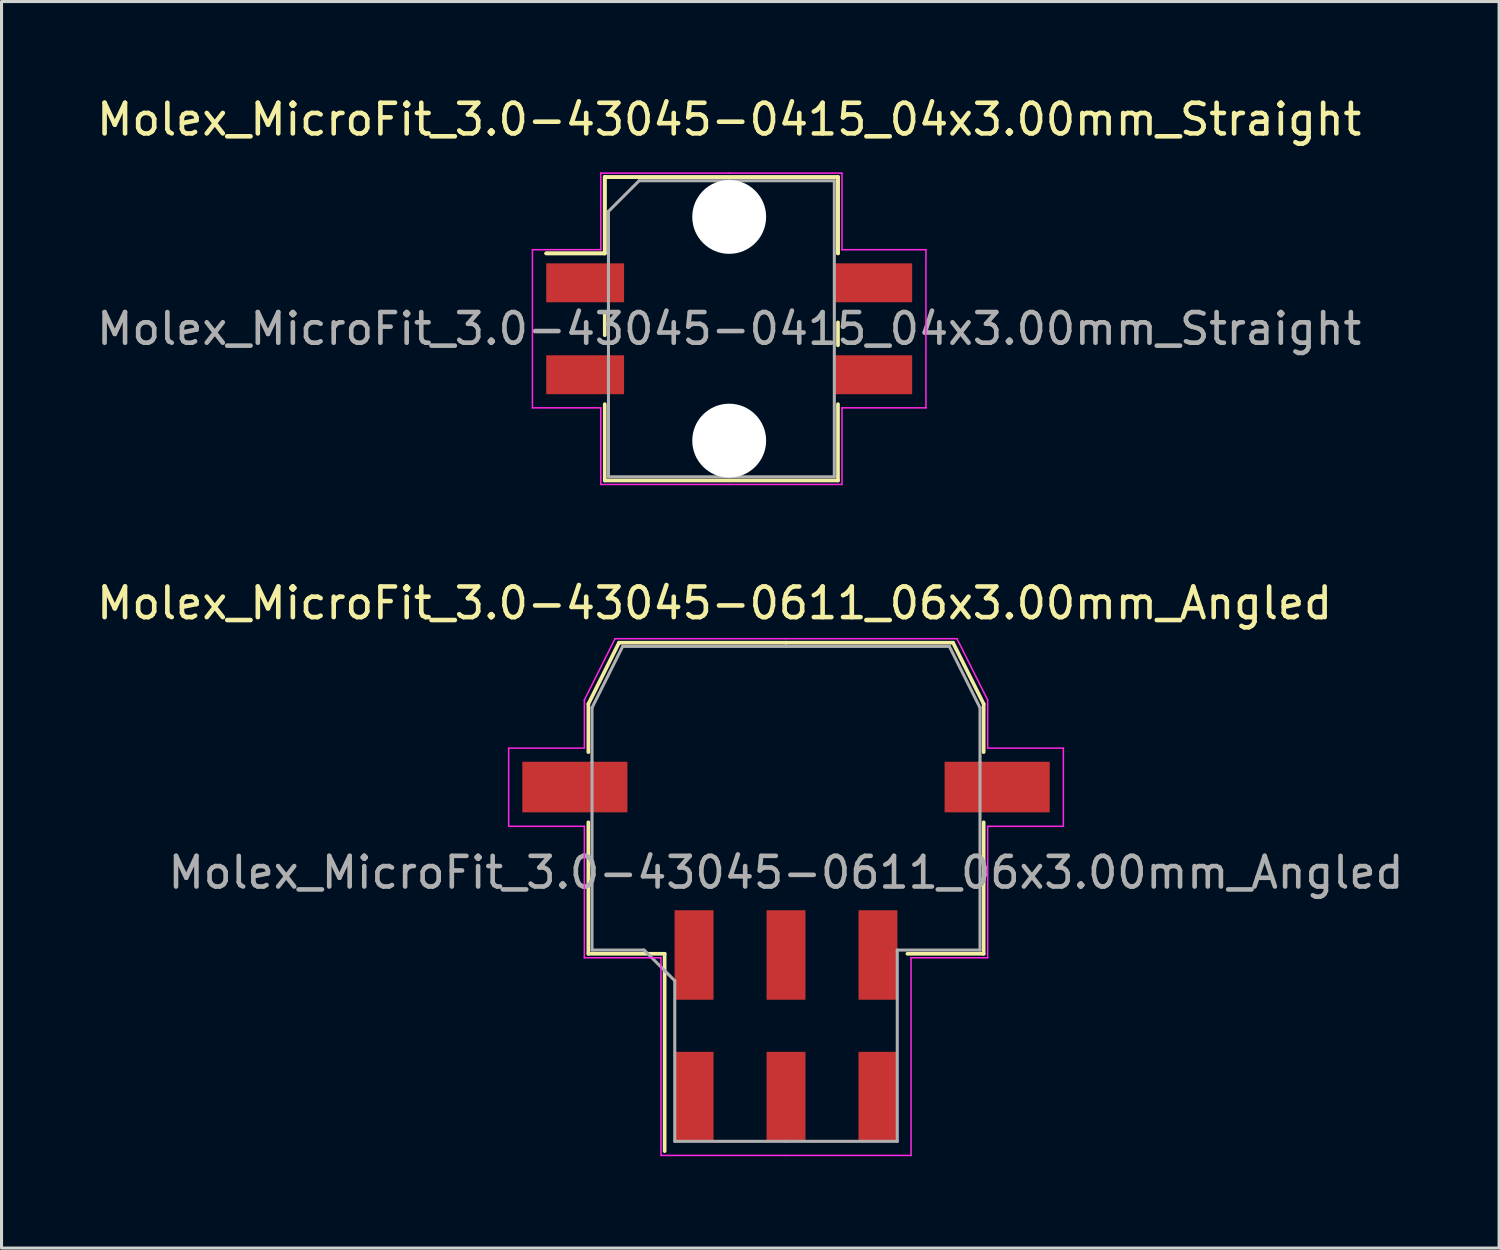
<source format=kicad_pcb>
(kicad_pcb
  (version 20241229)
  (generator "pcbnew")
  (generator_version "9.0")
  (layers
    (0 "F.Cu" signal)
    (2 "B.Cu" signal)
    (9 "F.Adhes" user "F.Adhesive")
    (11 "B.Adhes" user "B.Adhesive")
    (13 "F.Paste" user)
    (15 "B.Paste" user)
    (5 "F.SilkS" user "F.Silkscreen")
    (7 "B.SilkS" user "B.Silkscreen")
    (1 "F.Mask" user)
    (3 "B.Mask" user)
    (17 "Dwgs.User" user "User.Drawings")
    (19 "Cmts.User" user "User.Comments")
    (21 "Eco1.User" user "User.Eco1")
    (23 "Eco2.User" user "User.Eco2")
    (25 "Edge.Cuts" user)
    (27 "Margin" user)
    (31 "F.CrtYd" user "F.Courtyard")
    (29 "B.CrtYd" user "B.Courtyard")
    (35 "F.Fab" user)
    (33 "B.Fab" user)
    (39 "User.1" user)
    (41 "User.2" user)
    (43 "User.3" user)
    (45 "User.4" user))
  (footprint "Molex_MicroFit_3.0-43045-0611_06x3.00mm_Angled"
    (layer "F.Cu")
    (at 22.598 30.422)
    (property "Reference" "Molex_MicroFit_3.0-43045-0611_06x3.00mm_Angled" (at -2.33 -13.79 0) (layer "F.SilkS") (effects (font (size 1 1) (thickness 0.15))))
    (attr smd)
    (fp_line (start -6.45 -10.5) (end -6.45 -8.93) (stroke (width 0.12) (type solid)) (layer "F.SilkS"))
    (fp_line (start -6.45 -6.64) (end -6.45 -2.35) (stroke (width 0.12) (type solid)) (layer "F.SilkS"))
    (fp_line (start -6.45 -2.35) (end -3.96 -2.35) (stroke (width 0.12) (type solid)) (layer "F.SilkS"))
    (fp_line (start -5.45 -12.5) (end -6.45 -10.5) (stroke (width 0.12) (type solid)) (layer "F.SilkS"))
    (fp_line (start -3.96 -2.35) (end -3.96 4.09) (stroke (width 0.12) (type solid)) (layer "F.SilkS"))
    (fp_line (start 0 -12.5) (end -5.45 -12.5) (stroke (width 0.12) (type solid)) (layer "F.SilkS"))
    (fp_line (start 0 -12.5) (end 5.45 -12.5) (stroke (width 0.12) (type solid)) (layer "F.SilkS"))
    (fp_line (start 5.45 -12.5) (end 6.45 -10.5) (stroke (width 0.12) (type solid)) (layer "F.SilkS"))
    (fp_line (start 6.45 -10.5) (end 6.45 -8.93) (stroke (width 0.12) (type solid)) (layer "F.SilkS"))
    (fp_line (start 6.45 -6.64) (end 6.45 -2.35) (stroke (width 0.12) (type solid)) (layer "F.SilkS"))
    (fp_line (start 6.45 -2.35) (end 3.96 -2.35) (stroke (width 0.12) (type solid)) (layer "F.SilkS"))
    (fp_line (start -9.05 -9.06) (end -9.05 -6.51) (stroke (width 0.05) (type solid)) (layer "F.CrtYd"))
    (fp_line (start -9.05 -6.51) (end -6.58 -6.51) (stroke (width 0.05) (type solid)) (layer "F.CrtYd"))
    (fp_line (start -6.58 -10.63) (end -6.58 -9.06) (stroke (width 0.05) (type solid)) (layer "F.CrtYd"))
    (fp_line (start -6.58 -9.06) (end -9.05 -9.06) (stroke (width 0.05) (type solid)) (layer "F.CrtYd"))
    (fp_line (start -6.58 -6.51) (end -6.58 -2.22) (stroke (width 0.05) (type solid)) (layer "F.CrtYd"))
    (fp_line (start -6.58 -2.22) (end -4.08 -2.22) (stroke (width 0.05) (type solid)) (layer "F.CrtYd"))
    (fp_line (start -5.58 -12.63) (end -6.58 -10.63) (stroke (width 0.05) (type solid)) (layer "F.CrtYd"))
    (fp_line (start -4.08 -2.22) (end -4.08 4.23) (stroke (width 0.05) (type solid)) (layer "F.CrtYd"))
    (fp_line (start -4.08 4.23) (end 0 4.23) (stroke (width 0.05) (type solid)) (layer "F.CrtYd"))
    (fp_line (start 0 -12.63) (end -5.58 -12.63) (stroke (width 0.05) (type solid)) (layer "F.CrtYd"))
    (fp_line (start 0 -12.63) (end 5.58 -12.63) (stroke (width 0.05) (type solid)) (layer "F.CrtYd"))
    (fp_line (start 4.08 -2.22) (end 4.08 4.23) (stroke (width 0.05) (type solid)) (layer "F.CrtYd"))
    (fp_line (start 4.08 4.23) (end 0 4.23) (stroke (width 0.05) (type solid)) (layer "F.CrtYd"))
    (fp_line (start 5.58 -12.63) (end 6.58 -10.63) (stroke (width 0.05) (type solid)) (layer "F.CrtYd"))
    (fp_line (start 6.58 -10.63) (end 6.58 -9.06) (stroke (width 0.05) (type solid)) (layer "F.CrtYd"))
    (fp_line (start 6.58 -9.06) (end 9.05 -9.06) (stroke (width 0.05) (type solid)) (layer "F.CrtYd"))
    (fp_line (start 6.58 -6.51) (end 6.58 -2.22) (stroke (width 0.05) (type solid)) (layer "F.CrtYd"))
    (fp_line (start 6.58 -2.22) (end 4.08 -2.22) (stroke (width 0.05) (type solid)) (layer "F.CrtYd"))
    (fp_line (start 9.05 -9.06) (end 9.05 -6.51) (stroke (width 0.05) (type solid)) (layer "F.CrtYd"))
    (fp_line (start 9.05 -6.51) (end 6.58 -6.51) (stroke (width 0.05) (type solid)) (layer "F.CrtYd"))
    (fp_line (start -6.33 -10.38) (end -6.33 -8.61) (stroke (width 0.1) (type solid)) (layer "F.Fab"))
    (fp_line (start -6.33 -8.61) (end -6.33 -2.47) (stroke (width 0.1) (type solid)) (layer "F.Fab"))
    (fp_line (start -6.33 -2.47) (end -4.63 -2.47) (stroke (width 0.1) (type solid)) (layer "F.Fab"))
    (fp_line (start -5.33 -12.38) (end -6.33 -10.38) (stroke (width 0.1) (type solid)) (layer "F.Fab"))
    (fp_line (start -4.63 -2.47) (end -3.63 -1.47) (stroke (width 0.1) (type solid)) (layer "F.Fab"))
    (fp_line (start -3.63 -1.47) (end -3.63 3.77) (stroke (width 0.1) (type solid)) (layer "F.Fab"))
    (fp_line (start -3.63 3.77) (end 0 3.77) (stroke (width 0.1) (type solid)) (layer "F.Fab"))
    (fp_line (start 0 -12.38) (end -5.33 -12.38) (stroke (width 0.1) (type solid)) (layer "F.Fab"))
    (fp_line (start 0 -12.38) (end 5.33 -12.38) (stroke (width 0.1) (type solid)) (layer "F.Fab"))
    (fp_line (start 3.63 -2.47) (end 3.63 3.77) (stroke (width 0.1) (type solid)) (layer "F.Fab"))
    (fp_line (start 3.63 3.77) (end 0 3.77) (stroke (width 0.1) (type solid)) (layer "F.Fab"))
    (fp_line (start 5.33 -12.38) (end 6.33 -10.38) (stroke (width 0.1) (type solid)) (layer "F.Fab"))
    (fp_line (start 6.33 -10.38) (end 6.33 -8.61) (stroke (width 0.1) (type solid)) (layer "F.Fab"))
    (fp_line (start 6.33 -8.61) (end 6.33 -2.47) (stroke (width 0.1) (type solid)) (layer "F.Fab"))
    (fp_line (start 6.33 -2.47) (end 3.63 -2.47) (stroke (width 0.1) (type solid)) (layer "F.Fab"))
    (fp_text user "${REFERENCE}" (at 0 -5 0) (layer "F.Fab") (effects (font (size 1 1) (thickness 0.15))))
    (pad "" smd rect (at -6.89 -7.79) (size 3.43 1.65) (layers "F.Cu" "F.Mask" "F.Paste"))
    (pad "" smd rect (at 6.89 -7.79) (size 3.43 1.65) (layers "F.Cu" "F.Mask" "F.Paste"))
    (pad "1" smd rect (at -3 -2.31) (size 1.27 2.92) (layers "F.Cu" "F.Mask" "F.Paste"))
    (pad "2" smd rect (at 0 -2.31) (size 1.27 2.92) (layers "F.Cu" "F.Mask" "F.Paste"))
    (pad "3" smd rect (at 3 -2.31) (size 1.27 2.92) (layers "F.Cu" "F.Mask" "F.Paste"))
    (pad "4" smd rect (at 3 2.31) (size 1.27 2.92) (layers "F.Cu" "F.Mask" "F.Paste"))
    (pad "5" smd rect (at 0 2.31) (size 1.27 2.92) (layers "F.Cu" "F.Mask" "F.Paste"))
    (pad "6" smd rect (at -3 2.31) (size 1.27 2.92) (layers "F.Cu" "F.Mask" "F.Paste")))
  (footprint "Molex_MicroFit_3.0-43045-0415_04x3.00mm_Straight"
    (layer "F.Cu")
    (at 20.744 7.678)
    (property "Reference" "Molex_MicroFit_3.0-43045-0415_04x3.00mm_Straight" (at 0 -6.83 0) (layer "F.SilkS") (effects (font (size 1 1) (thickness 0.15))))
    (attr smd)
    (fp_line (start -5.97 -2.46) (end -4.06 -2.46) (stroke (width 0.12) (type solid)) (layer "F.SilkS"))
    (fp_line (start -5.97 -2.46) (end -4.06 -2.46) (stroke (width 0.12) (type solid)) (layer "F.SilkS"))
    (fp_line (start -4.06 -4.95) (end 3.55 -4.95) (stroke (width 0.12) (type solid)) (layer "F.SilkS"))
    (fp_line (start -4.06 -4.95) (end 3.55 -4.95) (stroke (width 0.12) (type solid)) (layer "F.SilkS"))
    (fp_line (start -4.06 -2.46) (end -4.06 -4.95) (stroke (width 0.12) (type solid)) (layer "F.SilkS"))
    (fp_line (start -4.06 -2.46) (end -4.06 -4.95) (stroke (width 0.12) (type solid)) (layer "F.SilkS"))
    (fp_line (start -4.06 -0.54) (end -4.06 0.21) (stroke (width 0.12) (type solid)) (layer "F.SilkS"))
    (fp_line (start -4.06 4.95) (end -4.06 2.46) (stroke (width 0.12) (type solid)) (layer "F.SilkS"))
    (fp_line (start 3.55 -4.95) (end 3.55 -2.46) (stroke (width 0.12) (type solid)) (layer "F.SilkS"))
    (fp_line (start 3.55 -4.95) (end 3.55 -2.46) (stroke (width 0.12) (type solid)) (layer "F.SilkS"))
    (fp_line (start 3.55 0.54) (end 3.55 -0.21) (stroke (width 0.12) (type solid)) (layer "F.SilkS"))
    (fp_line (start 3.55 2.46) (end 3.55 4.95) (stroke (width 0.12) (type solid)) (layer "F.SilkS"))
    (fp_line (start 3.55 4.95) (end -4.06 4.95) (stroke (width 0.12) (type solid)) (layer "F.SilkS"))
    (fp_line (start -6.42 -2.58) (end -4.19 -2.58) (stroke (width 0.05) (type solid)) (layer "F.CrtYd"))
    (fp_line (start -6.42 2.58) (end -6.42 -2.58) (stroke (width 0.05) (type solid)) (layer "F.CrtYd"))
    (fp_line (start -4.19 -5.08) (end 0 -5.08) (stroke (width 0.05) (type solid)) (layer "F.CrtYd"))
    (fp_line (start -4.19 -2.58) (end -4.19 -5.08) (stroke (width 0.05) (type solid)) (layer "F.CrtYd"))
    (fp_line (start -4.19 2.58) (end -6.42 2.58) (stroke (width 0.05) (type solid)) (layer "F.CrtYd"))
    (fp_line (start -4.19 5.08) (end -4.19 2.58) (stroke (width 0.05) (type solid)) (layer "F.CrtYd"))
    (fp_line (start 0 -5.08) (end 3.68 -5.08) (stroke (width 0.05) (type solid)) (layer "F.CrtYd"))
    (fp_line (start 0 5.08) (end -4.19 5.08) (stroke (width 0.05) (type solid)) (layer "F.CrtYd"))
    (fp_line (start 3.68 -5.08) (end 3.68 -2.58) (stroke (width 0.05) (type solid)) (layer "F.CrtYd"))
    (fp_line (start 3.68 -2.58) (end 6.42 -2.58) (stroke (width 0.05) (type solid)) (layer "F.CrtYd"))
    (fp_line (start 3.68 2.58) (end 3.68 5.08) (stroke (width 0.05) (type solid)) (layer "F.CrtYd"))
    (fp_line (start 3.68 5.08) (end 0 5.08) (stroke (width 0.05) (type solid)) (layer "F.CrtYd"))
    (fp_line (start 6.42 -2.58) (end 6.42 2.58) (stroke (width 0.05) (type solid)) (layer "F.CrtYd"))
    (fp_line (start 6.42 2.58) (end 3.68 2.58) (stroke (width 0.05) (type solid)) (layer "F.CrtYd"))
    (fp_line (start -3.94 -3.83) (end -2.94 -4.83) (stroke (width 0.1) (type solid)) (layer "F.Fab"))
    (fp_line (start -3.94 4.83) (end -3.94 -3.83) (stroke (width 0.1) (type solid)) (layer "F.Fab"))
    (fp_line (start -2.94 -4.83) (end 0 -4.83) (stroke (width 0.1) (type solid)) (layer "F.Fab"))
    (fp_line (start 0 -4.83) (end 3.43 -4.83) (stroke (width 0.1) (type solid)) (layer "F.Fab"))
    (fp_line (start 0 4.83) (end -3.94 4.83) (stroke (width 0.1) (type solid)) (layer "F.Fab"))
    (fp_line (start 3.43 -4.83) (end 3.43 4.83) (stroke (width 0.1) (type solid)) (layer "F.Fab"))
    (fp_line (start 3.43 4.83) (end 0 4.83) (stroke (width 0.1) (type solid)) (layer "F.Fab"))
    (fp_text user "${REFERENCE}" (at 0 0 0) (layer "F.Fab") (effects (font (size 1 1) (thickness 0.15))))
    (pad "" np_thru_hole circle (at 0 -3.65) (size 2.41 2.41) (drill 2.41) (layers "*.Cu"))
    (pad "" np_thru_hole circle (at 0 3.65) (size 2.41 2.41) (drill 2.41) (layers "*.Cu"))
    (pad "1" smd rect (at -4.7 -1.5) (size 2.54 1.27) (layers "F.Cu" "F.Mask" "F.Paste"))
    (pad "2" smd rect (at -4.7 1.5) (size 2.54 1.27) (layers "F.Cu" "F.Mask" "F.Paste"))
    (pad "3" smd rect (at 4.7 1.5) (size 2.54 1.27) (layers "F.Cu" "F.Mask" "F.Paste"))
    (pad "4" smd rect (at 4.7 -1.5) (size 2.54 1.27) (layers "F.Cu" "F.Mask" "F.Paste")))
  (gr_rect
    (start -3 -3)
    (end 45.866 37.676)
    (stroke (width 0.1) (type default))
    (fill no)
    (layer "Edge.Cuts")))
</source>
